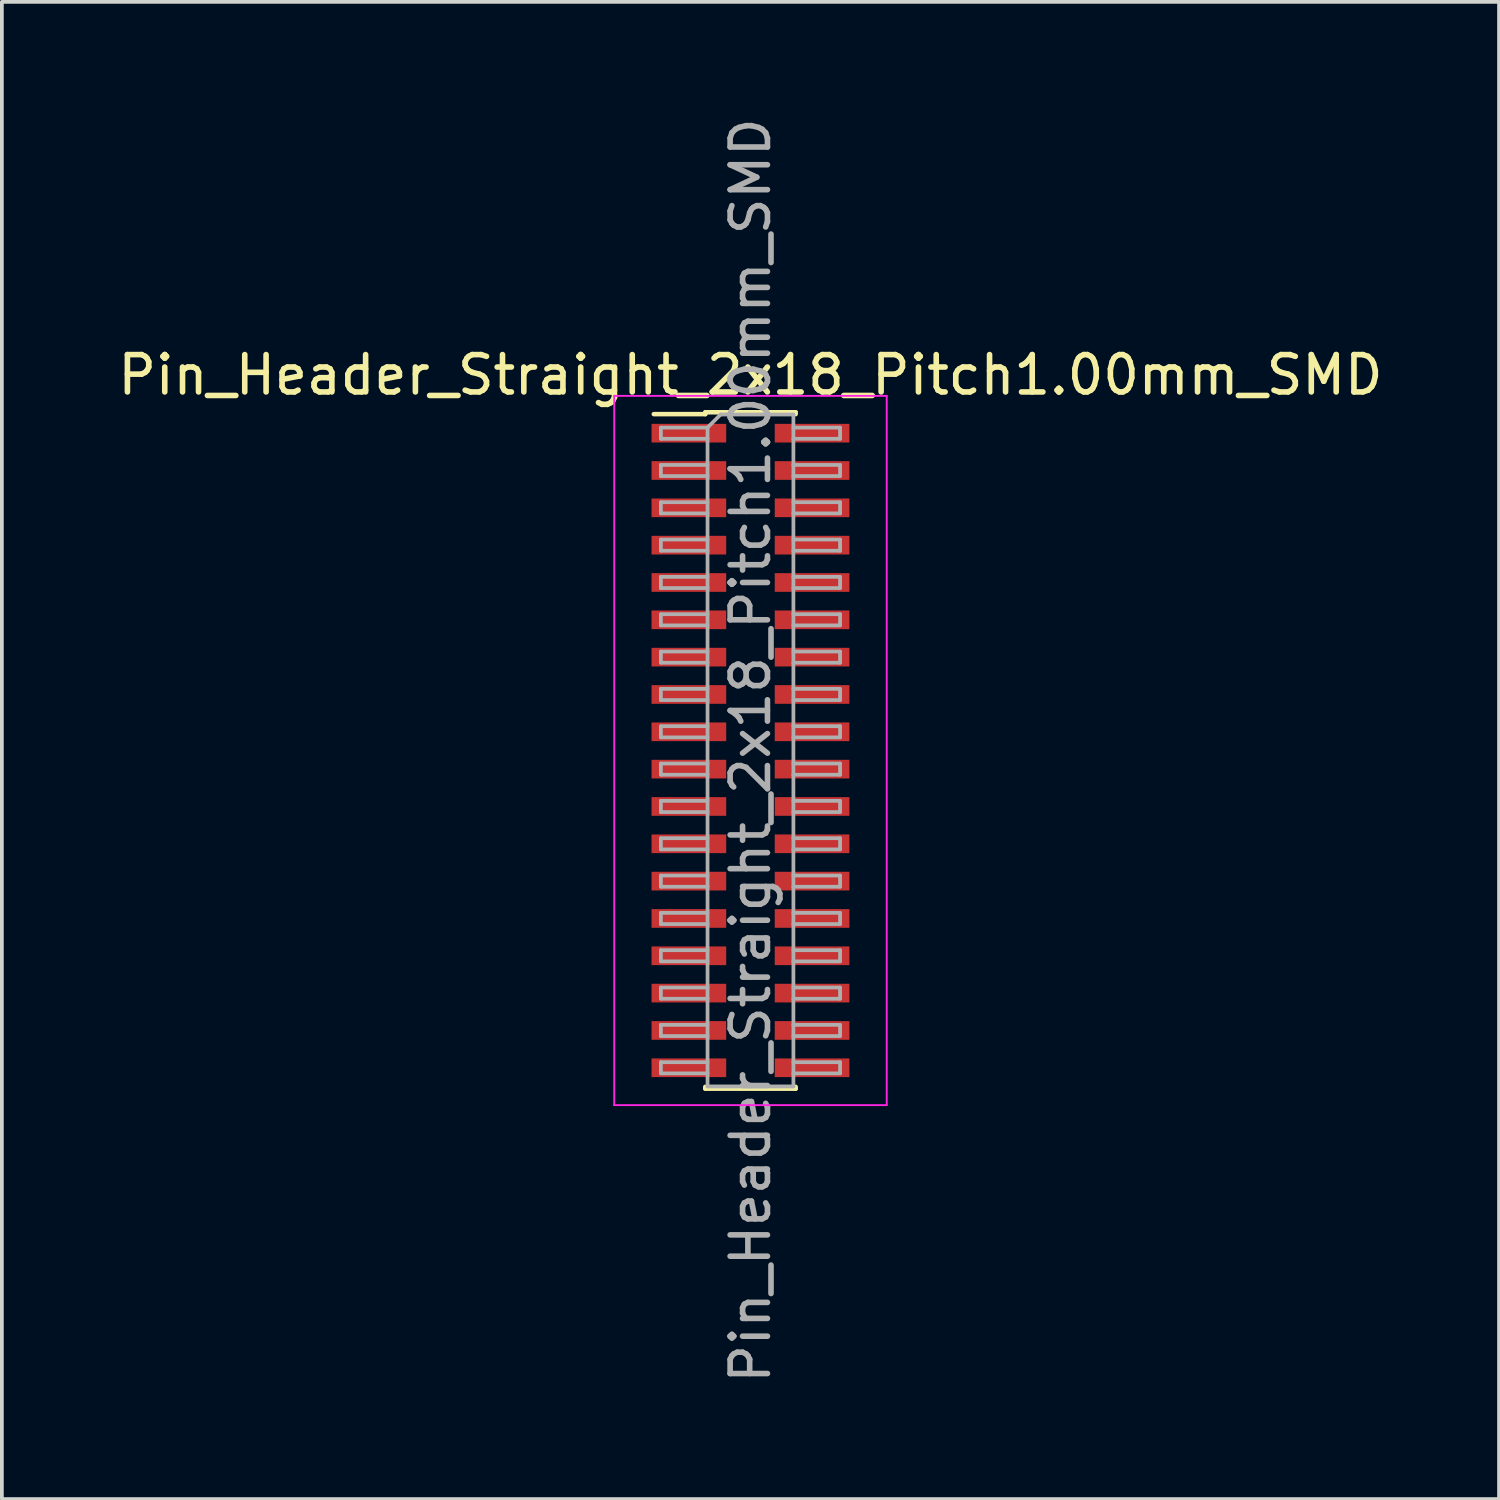
<source format=kicad_pcb>
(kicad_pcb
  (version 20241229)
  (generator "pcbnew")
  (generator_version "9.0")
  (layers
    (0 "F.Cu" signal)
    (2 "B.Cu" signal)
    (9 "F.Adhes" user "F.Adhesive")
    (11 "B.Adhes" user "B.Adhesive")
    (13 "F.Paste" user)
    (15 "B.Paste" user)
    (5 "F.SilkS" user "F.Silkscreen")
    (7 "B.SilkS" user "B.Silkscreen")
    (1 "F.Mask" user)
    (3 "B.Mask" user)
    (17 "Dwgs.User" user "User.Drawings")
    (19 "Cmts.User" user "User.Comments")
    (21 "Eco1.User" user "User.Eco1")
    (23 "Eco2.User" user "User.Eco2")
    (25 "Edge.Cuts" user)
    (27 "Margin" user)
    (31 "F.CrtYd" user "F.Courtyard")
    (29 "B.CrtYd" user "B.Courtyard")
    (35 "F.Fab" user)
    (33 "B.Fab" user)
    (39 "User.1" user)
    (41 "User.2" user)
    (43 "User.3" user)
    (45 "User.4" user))
  (footprint "Pin_Header_Straight_2x18_Pitch1.00mm_SMD"
    (layer "F.Cu")
    (at 17.054 17.054)
    (property "Reference" "Pin_Header_Straight_2x18_Pitch1.00mm_SMD" (at 0 -10.06 0) (layer "F.SilkS") (effects (font (size 1 1) (thickness 0.15))))
    (attr smd)
    (fp_line (start -2.59 -9.01) (end -1.21 -9.01) (stroke (width 0.12) (type solid)) (layer "F.SilkS"))
    (fp_line (start -1.21 -9.06) (end -1.21 -9.01) (stroke (width 0.12) (type solid)) (layer "F.SilkS"))
    (fp_line (start -1.21 -9.06) (end 1.21 -9.06) (stroke (width 0.12) (type solid)) (layer "F.SilkS"))
    (fp_line (start -1.21 9.01) (end -1.21 9.06) (stroke (width 0.12) (type solid)) (layer "F.SilkS"))
    (fp_line (start -1.21 9.06) (end 1.21 9.06) (stroke (width 0.12) (type solid)) (layer "F.SilkS"))
    (fp_line (start 1.21 -9.06) (end 1.21 -9.01) (stroke (width 0.12) (type solid)) (layer "F.SilkS"))
    (fp_line (start 1.21 9.01) (end 1.21 9.06) (stroke (width 0.12) (type solid)) (layer "F.SilkS"))
    (fp_line (start -3.65 -9.5) (end -3.65 9.5) (stroke (width 0.05) (type solid)) (layer "F.CrtYd"))
    (fp_line (start -3.65 9.5) (end 3.65 9.5) (stroke (width 0.05) (type solid)) (layer "F.CrtYd"))
    (fp_line (start 3.65 -9.5) (end -3.65 -9.5) (stroke (width 0.05) (type solid)) (layer "F.CrtYd"))
    (fp_line (start 3.65 9.5) (end 3.65 -9.5) (stroke (width 0.05) (type solid)) (layer "F.CrtYd"))
    (fp_line (start -2.4 -8.65) (end -2.4 -8.35) (stroke (width 0.1) (type solid)) (layer "F.Fab"))
    (fp_line (start -2.4 -8.35) (end -1.15 -8.35) (stroke (width 0.1) (type solid)) (layer "F.Fab"))
    (fp_line (start -2.4 -7.65) (end -2.4 -7.35) (stroke (width 0.1) (type solid)) (layer "F.Fab"))
    (fp_line (start -2.4 -7.35) (end -1.15 -7.35) (stroke (width 0.1) (type solid)) (layer "F.Fab"))
    (fp_line (start -2.4 -6.65) (end -2.4 -6.35) (stroke (width 0.1) (type solid)) (layer "F.Fab"))
    (fp_line (start -2.4 -6.35) (end -1.15 -6.35) (stroke (width 0.1) (type solid)) (layer "F.Fab"))
    (fp_line (start -2.4 -5.65) (end -2.4 -5.35) (stroke (width 0.1) (type solid)) (layer "F.Fab"))
    (fp_line (start -2.4 -5.35) (end -1.15 -5.35) (stroke (width 0.1) (type solid)) (layer "F.Fab"))
    (fp_line (start -2.4 -4.65) (end -2.4 -4.35) (stroke (width 0.1) (type solid)) (layer "F.Fab"))
    (fp_line (start -2.4 -4.35) (end -1.15 -4.35) (stroke (width 0.1) (type solid)) (layer "F.Fab"))
    (fp_line (start -2.4 -3.65) (end -2.4 -3.35) (stroke (width 0.1) (type solid)) (layer "F.Fab"))
    (fp_line (start -2.4 -3.35) (end -1.15 -3.35) (stroke (width 0.1) (type solid)) (layer "F.Fab"))
    (fp_line (start -2.4 -2.65) (end -2.4 -2.35) (stroke (width 0.1) (type solid)) (layer "F.Fab"))
    (fp_line (start -2.4 -2.35) (end -1.15 -2.35) (stroke (width 0.1) (type solid)) (layer "F.Fab"))
    (fp_line (start -2.4 -1.65) (end -2.4 -1.35) (stroke (width 0.1) (type solid)) (layer "F.Fab"))
    (fp_line (start -2.4 -1.35) (end -1.15 -1.35) (stroke (width 0.1) (type solid)) (layer "F.Fab"))
    (fp_line (start -2.4 -0.65) (end -2.4 -0.35) (stroke (width 0.1) (type solid)) (layer "F.Fab"))
    (fp_line (start -2.4 -0.35) (end -1.15 -0.35) (stroke (width 0.1) (type solid)) (layer "F.Fab"))
    (fp_line (start -2.4 0.35) (end -2.4 0.65) (stroke (width 0.1) (type solid)) (layer "F.Fab"))
    (fp_line (start -2.4 0.65) (end -1.15 0.65) (stroke (width 0.1) (type solid)) (layer "F.Fab"))
    (fp_line (start -2.4 1.35) (end -2.4 1.65) (stroke (width 0.1) (type solid)) (layer "F.Fab"))
    (fp_line (start -2.4 1.65) (end -1.15 1.65) (stroke (width 0.1) (type solid)) (layer "F.Fab"))
    (fp_line (start -2.4 2.35) (end -2.4 2.65) (stroke (width 0.1) (type solid)) (layer "F.Fab"))
    (fp_line (start -2.4 2.65) (end -1.15 2.65) (stroke (width 0.1) (type solid)) (layer "F.Fab"))
    (fp_line (start -2.4 3.35) (end -2.4 3.65) (stroke (width 0.1) (type solid)) (layer "F.Fab"))
    (fp_line (start -2.4 3.65) (end -1.15 3.65) (stroke (width 0.1) (type solid)) (layer "F.Fab"))
    (fp_line (start -2.4 4.35) (end -2.4 4.65) (stroke (width 0.1) (type solid)) (layer "F.Fab"))
    (fp_line (start -2.4 4.65) (end -1.15 4.65) (stroke (width 0.1) (type solid)) (layer "F.Fab"))
    (fp_line (start -2.4 5.35) (end -2.4 5.65) (stroke (width 0.1) (type solid)) (layer "F.Fab"))
    (fp_line (start -2.4 5.65) (end -1.15 5.65) (stroke (width 0.1) (type solid)) (layer "F.Fab"))
    (fp_line (start -2.4 6.35) (end -2.4 6.65) (stroke (width 0.1) (type solid)) (layer "F.Fab"))
    (fp_line (start -2.4 6.65) (end -1.15 6.65) (stroke (width 0.1) (type solid)) (layer "F.Fab"))
    (fp_line (start -2.4 7.35) (end -2.4 7.65) (stroke (width 0.1) (type solid)) (layer "F.Fab"))
    (fp_line (start -2.4 7.65) (end -1.15 7.65) (stroke (width 0.1) (type solid)) (layer "F.Fab"))
    (fp_line (start -2.4 8.35) (end -2.4 8.65) (stroke (width 0.1) (type solid)) (layer "F.Fab"))
    (fp_line (start -2.4 8.65) (end -1.15 8.65) (stroke (width 0.1) (type solid)) (layer "F.Fab"))
    (fp_line (start -1.15 -8.65) (end -2.4 -8.65) (stroke (width 0.1) (type solid)) (layer "F.Fab"))
    (fp_line (start -1.15 -8.65) (end -0.8 -9) (stroke (width 0.1) (type solid)) (layer "F.Fab"))
    (fp_line (start -1.15 -7.65) (end -2.4 -7.65) (stroke (width 0.1) (type solid)) (layer "F.Fab"))
    (fp_line (start -1.15 -6.65) (end -2.4 -6.65) (stroke (width 0.1) (type solid)) (layer "F.Fab"))
    (fp_line (start -1.15 -5.65) (end -2.4 -5.65) (stroke (width 0.1) (type solid)) (layer "F.Fab"))
    (fp_line (start -1.15 -4.65) (end -2.4 -4.65) (stroke (width 0.1) (type solid)) (layer "F.Fab"))
    (fp_line (start -1.15 -3.65) (end -2.4 -3.65) (stroke (width 0.1) (type solid)) (layer "F.Fab"))
    (fp_line (start -1.15 -2.65) (end -2.4 -2.65) (stroke (width 0.1) (type solid)) (layer "F.Fab"))
    (fp_line (start -1.15 -1.65) (end -2.4 -1.65) (stroke (width 0.1) (type solid)) (layer "F.Fab"))
    (fp_line (start -1.15 -0.65) (end -2.4 -0.65) (stroke (width 0.1) (type solid)) (layer "F.Fab"))
    (fp_line (start -1.15 0.35) (end -2.4 0.35) (stroke (width 0.1) (type solid)) (layer "F.Fab"))
    (fp_line (start -1.15 1.35) (end -2.4 1.35) (stroke (width 0.1) (type solid)) (layer "F.Fab"))
    (fp_line (start -1.15 2.35) (end -2.4 2.35) (stroke (width 0.1) (type solid)) (layer "F.Fab"))
    (fp_line (start -1.15 3.35) (end -2.4 3.35) (stroke (width 0.1) (type solid)) (layer "F.Fab"))
    (fp_line (start -1.15 4.35) (end -2.4 4.35) (stroke (width 0.1) (type solid)) (layer "F.Fab"))
    (fp_line (start -1.15 5.35) (end -2.4 5.35) (stroke (width 0.1) (type solid)) (layer "F.Fab"))
    (fp_line (start -1.15 6.35) (end -2.4 6.35) (stroke (width 0.1) (type solid)) (layer "F.Fab"))
    (fp_line (start -1.15 7.35) (end -2.4 7.35) (stroke (width 0.1) (type solid)) (layer "F.Fab"))
    (fp_line (start -1.15 8.35) (end -2.4 8.35) (stroke (width 0.1) (type solid)) (layer "F.Fab"))
    (fp_line (start -1.15 9) (end -1.15 -8.65) (stroke (width 0.1) (type solid)) (layer "F.Fab"))
    (fp_line (start -0.8 -9) (end 1.15 -9) (stroke (width 0.1) (type solid)) (layer "F.Fab"))
    (fp_line (start 1.15 -9) (end 1.15 9) (stroke (width 0.1) (type solid)) (layer "F.Fab"))
    (fp_line (start 1.15 -8.65) (end 2.4 -8.65) (stroke (width 0.1) (type solid)) (layer "F.Fab"))
    (fp_line (start 1.15 -7.65) (end 2.4 -7.65) (stroke (width 0.1) (type solid)) (layer "F.Fab"))
    (fp_line (start 1.15 -6.65) (end 2.4 -6.65) (stroke (width 0.1) (type solid)) (layer "F.Fab"))
    (fp_line (start 1.15 -5.65) (end 2.4 -5.65) (stroke (width 0.1) (type solid)) (layer "F.Fab"))
    (fp_line (start 1.15 -4.65) (end 2.4 -4.65) (stroke (width 0.1) (type solid)) (layer "F.Fab"))
    (fp_line (start 1.15 -3.65) (end 2.4 -3.65) (stroke (width 0.1) (type solid)) (layer "F.Fab"))
    (fp_line (start 1.15 -2.65) (end 2.4 -2.65) (stroke (width 0.1) (type solid)) (layer "F.Fab"))
    (fp_line (start 1.15 -1.65) (end 2.4 -1.65) (stroke (width 0.1) (type solid)) (layer "F.Fab"))
    (fp_line (start 1.15 -0.65) (end 2.4 -0.65) (stroke (width 0.1) (type solid)) (layer "F.Fab"))
    (fp_line (start 1.15 0.35) (end 2.4 0.35) (stroke (width 0.1) (type solid)) (layer "F.Fab"))
    (fp_line (start 1.15 1.35) (end 2.4 1.35) (stroke (width 0.1) (type solid)) (layer "F.Fab"))
    (fp_line (start 1.15 2.35) (end 2.4 2.35) (stroke (width 0.1) (type solid)) (layer "F.Fab"))
    (fp_line (start 1.15 3.35) (end 2.4 3.35) (stroke (width 0.1) (type solid)) (layer "F.Fab"))
    (fp_line (start 1.15 4.35) (end 2.4 4.35) (stroke (width 0.1) (type solid)) (layer "F.Fab"))
    (fp_line (start 1.15 5.35) (end 2.4 5.35) (stroke (width 0.1) (type solid)) (layer "F.Fab"))
    (fp_line (start 1.15 6.35) (end 2.4 6.35) (stroke (width 0.1) (type solid)) (layer "F.Fab"))
    (fp_line (start 1.15 7.35) (end 2.4 7.35) (stroke (width 0.1) (type solid)) (layer "F.Fab"))
    (fp_line (start 1.15 8.35) (end 2.4 8.35) (stroke (width 0.1) (type solid)) (layer "F.Fab"))
    (fp_line (start 1.15 9) (end -1.15 9) (stroke (width 0.1) (type solid)) (layer "F.Fab"))
    (fp_line (start 2.4 -8.65) (end 2.4 -8.35) (stroke (width 0.1) (type solid)) (layer "F.Fab"))
    (fp_line (start 2.4 -8.35) (end 1.15 -8.35) (stroke (width 0.1) (type solid)) (layer "F.Fab"))
    (fp_line (start 2.4 -7.65) (end 2.4 -7.35) (stroke (width 0.1) (type solid)) (layer "F.Fab"))
    (fp_line (start 2.4 -7.35) (end 1.15 -7.35) (stroke (width 0.1) (type solid)) (layer "F.Fab"))
    (fp_line (start 2.4 -6.65) (end 2.4 -6.35) (stroke (width 0.1) (type solid)) (layer "F.Fab"))
    (fp_line (start 2.4 -6.35) (end 1.15 -6.35) (stroke (width 0.1) (type solid)) (layer "F.Fab"))
    (fp_line (start 2.4 -5.65) (end 2.4 -5.35) (stroke (width 0.1) (type solid)) (layer "F.Fab"))
    (fp_line (start 2.4 -5.35) (end 1.15 -5.35) (stroke (width 0.1) (type solid)) (layer "F.Fab"))
    (fp_line (start 2.4 -4.65) (end 2.4 -4.35) (stroke (width 0.1) (type solid)) (layer "F.Fab"))
    (fp_line (start 2.4 -4.35) (end 1.15 -4.35) (stroke (width 0.1) (type solid)) (layer "F.Fab"))
    (fp_line (start 2.4 -3.65) (end 2.4 -3.35) (stroke (width 0.1) (type solid)) (layer "F.Fab"))
    (fp_line (start 2.4 -3.35) (end 1.15 -3.35) (stroke (width 0.1) (type solid)) (layer "F.Fab"))
    (fp_line (start 2.4 -2.65) (end 2.4 -2.35) (stroke (width 0.1) (type solid)) (layer "F.Fab"))
    (fp_line (start 2.4 -2.35) (end 1.15 -2.35) (stroke (width 0.1) (type solid)) (layer "F.Fab"))
    (fp_line (start 2.4 -1.65) (end 2.4 -1.35) (stroke (width 0.1) (type solid)) (layer "F.Fab"))
    (fp_line (start 2.4 -1.35) (end 1.15 -1.35) (stroke (width 0.1) (type solid)) (layer "F.Fab"))
    (fp_line (start 2.4 -0.65) (end 2.4 -0.35) (stroke (width 0.1) (type solid)) (layer "F.Fab"))
    (fp_line (start 2.4 -0.35) (end 1.15 -0.35) (stroke (width 0.1) (type solid)) (layer "F.Fab"))
    (fp_line (start 2.4 0.35) (end 2.4 0.65) (stroke (width 0.1) (type solid)) (layer "F.Fab"))
    (fp_line (start 2.4 0.65) (end 1.15 0.65) (stroke (width 0.1) (type solid)) (layer "F.Fab"))
    (fp_line (start 2.4 1.35) (end 2.4 1.65) (stroke (width 0.1) (type solid)) (layer "F.Fab"))
    (fp_line (start 2.4 1.65) (end 1.15 1.65) (stroke (width 0.1) (type solid)) (layer "F.Fab"))
    (fp_line (start 2.4 2.35) (end 2.4 2.65) (stroke (width 0.1) (type solid)) (layer "F.Fab"))
    (fp_line (start 2.4 2.65) (end 1.15 2.65) (stroke (width 0.1) (type solid)) (layer "F.Fab"))
    (fp_line (start 2.4 3.35) (end 2.4 3.65) (stroke (width 0.1) (type solid)) (layer "F.Fab"))
    (fp_line (start 2.4 3.65) (end 1.15 3.65) (stroke (width 0.1) (type solid)) (layer "F.Fab"))
    (fp_line (start 2.4 4.35) (end 2.4 4.65) (stroke (width 0.1) (type solid)) (layer "F.Fab"))
    (fp_line (start 2.4 4.65) (end 1.15 4.65) (stroke (width 0.1) (type solid)) (layer "F.Fab"))
    (fp_line (start 2.4 5.35) (end 2.4 5.65) (stroke (width 0.1) (type solid)) (layer "F.Fab"))
    (fp_line (start 2.4 5.65) (end 1.15 5.65) (stroke (width 0.1) (type solid)) (layer "F.Fab"))
    (fp_line (start 2.4 6.35) (end 2.4 6.65) (stroke (width 0.1) (type solid)) (layer "F.Fab"))
    (fp_line (start 2.4 6.65) (end 1.15 6.65) (stroke (width 0.1) (type solid)) (layer "F.Fab"))
    (fp_line (start 2.4 7.35) (end 2.4 7.65) (stroke (width 0.1) (type solid)) (layer "F.Fab"))
    (fp_line (start 2.4 7.65) (end 1.15 7.65) (stroke (width 0.1) (type solid)) (layer "F.Fab"))
    (fp_line (start 2.4 8.35) (end 2.4 8.65) (stroke (width 0.1) (type solid)) (layer "F.Fab"))
    (fp_line (start 2.4 8.65) (end 1.15 8.65) (stroke (width 0.1) (type solid)) (layer "F.Fab"))
    (fp_text user "${REFERENCE}" (at 0 0 90) (layer "F.Fab") (effects (font (size 1 1) (thickness 0.15))))
    (pad "1" smd rect (at -1.65 -8.5) (size 2 0.5) (layers "F.Cu" "F.Mask" "F.Paste"))
    (pad "2" smd rect (at 1.65 -8.5) (size 2 0.5) (layers "F.Cu" "F.Mask" "F.Paste"))
    (pad "3" smd rect (at -1.65 -7.5) (size 2 0.5) (layers "F.Cu" "F.Mask" "F.Paste"))
    (pad "4" smd rect (at 1.65 -7.5) (size 2 0.5) (layers "F.Cu" "F.Mask" "F.Paste"))
    (pad "5" smd rect (at -1.65 -6.5) (size 2 0.5) (layers "F.Cu" "F.Mask" "F.Paste"))
    (pad "6" smd rect (at 1.65 -6.5) (size 2 0.5) (layers "F.Cu" "F.Mask" "F.Paste"))
    (pad "7" smd rect (at -1.65 -5.5) (size 2 0.5) (layers "F.Cu" "F.Mask" "F.Paste"))
    (pad "8" smd rect (at 1.65 -5.5) (size 2 0.5) (layers "F.Cu" "F.Mask" "F.Paste"))
    (pad "9" smd rect (at -1.65 -4.5) (size 2 0.5) (layers "F.Cu" "F.Mask" "F.Paste"))
    (pad "10" smd rect (at 1.65 -4.5) (size 2 0.5) (layers "F.Cu" "F.Mask" "F.Paste"))
    (pad "11" smd rect (at -1.65 -3.5) (size 2 0.5) (layers "F.Cu" "F.Mask" "F.Paste"))
    (pad "12" smd rect (at 1.65 -3.5) (size 2 0.5) (layers "F.Cu" "F.Mask" "F.Paste"))
    (pad "13" smd rect (at -1.65 -2.5) (size 2 0.5) (layers "F.Cu" "F.Mask" "F.Paste"))
    (pad "14" smd rect (at 1.65 -2.5) (size 2 0.5) (layers "F.Cu" "F.Mask" "F.Paste"))
    (pad "15" smd rect (at -1.65 -1.5) (size 2 0.5) (layers "F.Cu" "F.Mask" "F.Paste"))
    (pad "16" smd rect (at 1.65 -1.5) (size 2 0.5) (layers "F.Cu" "F.Mask" "F.Paste"))
    (pad "17" smd rect (at -1.65 -0.5) (size 2 0.5) (layers "F.Cu" "F.Mask" "F.Paste"))
    (pad "18" smd rect (at 1.65 -0.5) (size 2 0.5) (layers "F.Cu" "F.Mask" "F.Paste"))
    (pad "19" smd rect (at -1.65 0.5) (size 2 0.5) (layers "F.Cu" "F.Mask" "F.Paste"))
    (pad "20" smd rect (at 1.65 0.5) (size 2 0.5) (layers "F.Cu" "F.Mask" "F.Paste"))
    (pad "21" smd rect (at -1.65 1.5) (size 2 0.5) (layers "F.Cu" "F.Mask" "F.Paste"))
    (pad "22" smd rect (at 1.65 1.5) (size 2 0.5) (layers "F.Cu" "F.Mask" "F.Paste"))
    (pad "23" smd rect (at -1.65 2.5) (size 2 0.5) (layers "F.Cu" "F.Mask" "F.Paste"))
    (pad "24" smd rect (at 1.65 2.5) (size 2 0.5) (layers "F.Cu" "F.Mask" "F.Paste"))
    (pad "25" smd rect (at -1.65 3.5) (size 2 0.5) (layers "F.Cu" "F.Mask" "F.Paste"))
    (pad "26" smd rect (at 1.65 3.5) (size 2 0.5) (layers "F.Cu" "F.Mask" "F.Paste"))
    (pad "27" smd rect (at -1.65 4.5) (size 2 0.5) (layers "F.Cu" "F.Mask" "F.Paste"))
    (pad "28" smd rect (at 1.65 4.5) (size 2 0.5) (layers "F.Cu" "F.Mask" "F.Paste"))
    (pad "29" smd rect (at -1.65 5.5) (size 2 0.5) (layers "F.Cu" "F.Mask" "F.Paste"))
    (pad "30" smd rect (at 1.65 5.5) (size 2 0.5) (layers "F.Cu" "F.Mask" "F.Paste"))
    (pad "31" smd rect (at -1.65 6.5) (size 2 0.5) (layers "F.Cu" "F.Mask" "F.Paste"))
    (pad "32" smd rect (at 1.65 6.5) (size 2 0.5) (layers "F.Cu" "F.Mask" "F.Paste"))
    (pad "33" smd rect (at -1.65 7.5) (size 2 0.5) (layers "F.Cu" "F.Mask" "F.Paste"))
    (pad "34" smd rect (at 1.65 7.5) (size 2 0.5) (layers "F.Cu" "F.Mask" "F.Paste"))
    (pad "35" smd rect (at -1.65 8.5) (size 2 0.5) (layers "F.Cu" "F.Mask" "F.Paste"))
    (pad "36" smd rect (at 1.65 8.5) (size 2 0.5) (layers "F.Cu" "F.Mask" "F.Paste")))
  (gr_rect
    (start -3 -3)
    (end 37.107 37.107)
    (stroke (width 0.1) (type default))
    (fill no)
    (layer "Edge.Cuts")))
</source>
